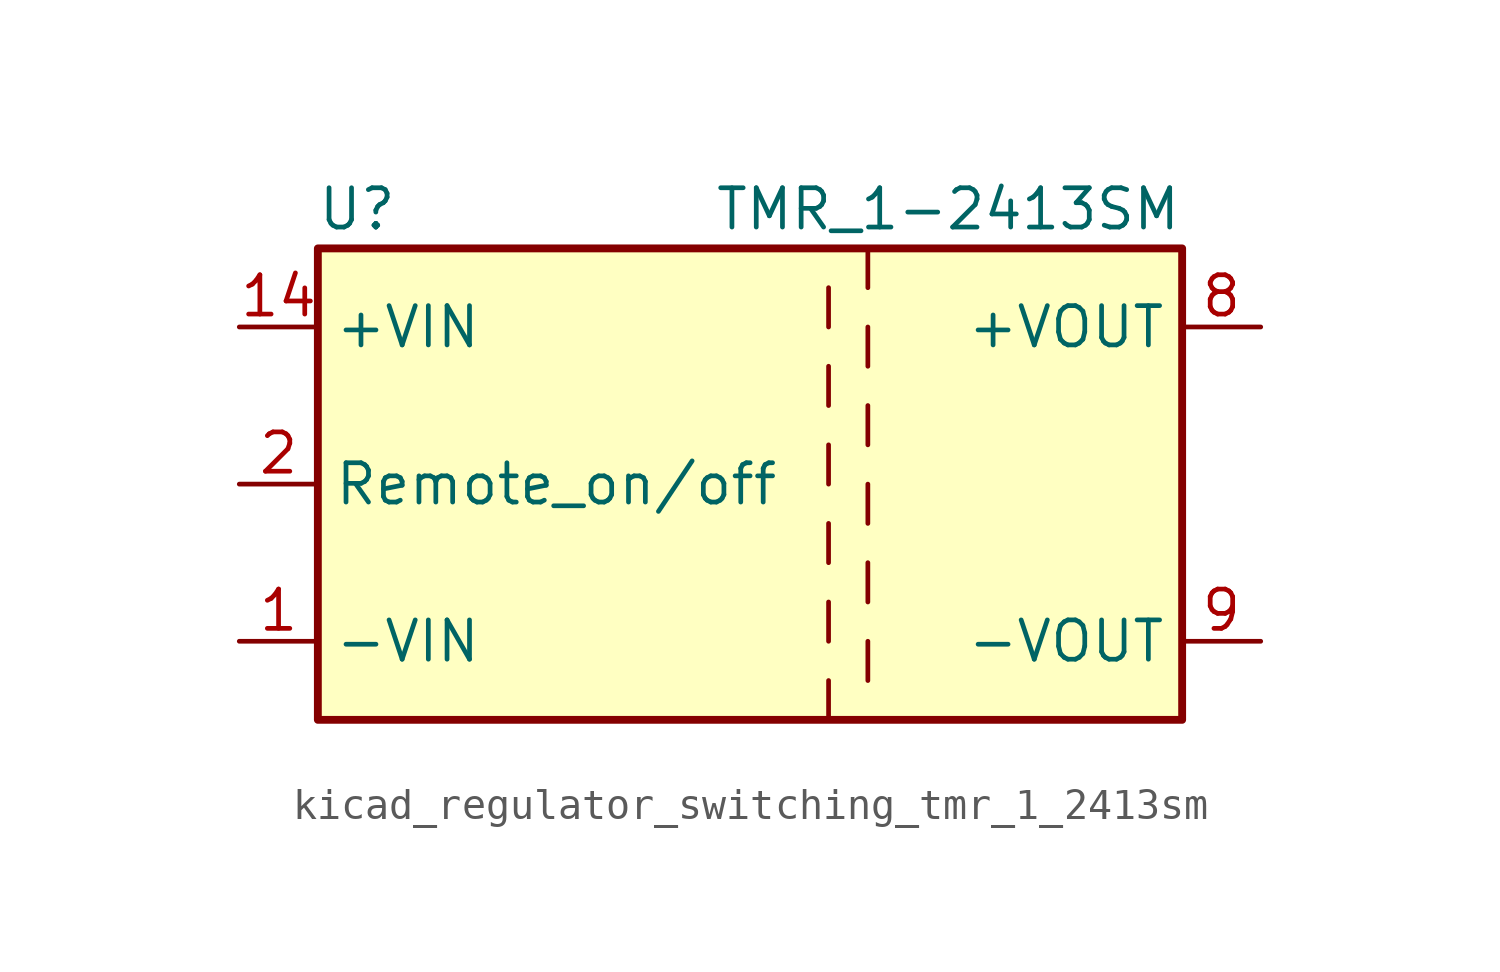
<source format=kicad_sym>
(kicad_symbol_lib
  (version 20220914)
  (generator kicad_symbol_editor)
  (symbol "kicad_regulator_switching_tmr_1_2413sm"
    (property "Reference" "U"
      (at -16.51 8.89 0)
      (effects (font (size 1.27 1.27))))
    (property "Value" "TMR_1-2413SM"
      (at 10.16 8.89 0)
      (effects (font (size 1.27 1.27)) (justify right)))
    (symbol "kicad_regulator_switching_tmr_1_2413sm_0_1"
      (rectangle (start -17.78 7.62) (end 10.16 -7.62) (stroke (width 0.254) (type default)) (fill (type background)))
      (polyline (pts (xy -1.27 -6.35) (xy -1.27 -7.62)) (stroke (width 0) (type default)) (fill (type none)))
      (polyline (pts (xy -1.27 -3.81) (xy -1.27 -5.08)) (stroke (width 0) (type default)) (fill (type none)))
      (polyline (pts (xy -1.27 -1.27) (xy -1.27 -2.54)) (stroke (width 0) (type default)) (fill (type none)))
      (polyline (pts (xy -1.27 1.27) (xy -1.27 0)) (stroke (width 0) (type default)) (fill (type none)))
      (polyline (pts (xy -1.27 3.81) (xy -1.27 2.54)) (stroke (width 0) (type default)) (fill (type none)))
      (polyline (pts (xy -1.27 6.35) (xy -1.27 5.08)) (stroke (width 0) (type default)) (fill (type none)))
      (polyline (pts (xy 0 -5.08) (xy 0 -6.35)) (stroke (width 0) (type default)) (fill (type none)))
      (polyline (pts (xy 0 -2.54) (xy 0 -3.81)) (stroke (width 0) (type default)) (fill (type none)))
      (polyline (pts (xy 0 0) (xy 0 -1.27)) (stroke (width 0) (type default)) (fill (type none)))
      (polyline (pts (xy 0 2.54) (xy 0 1.27)) (stroke (width 0) (type default)) (fill (type none)))
      (polyline (pts (xy 0 5.08) (xy 0 3.81)) (stroke (width 0) (type default)) (fill (type none)))
      (polyline (pts (xy 0 7.62) (xy 0 6.35)) (stroke (width 0) (type default)) (fill (type none))))
    (symbol "kicad_regulator_switching_tmr_1_2413sm_1_1"
      (pin power_in line (at -20.32 -5.08 0) (length 2.54) (name "-VIN" (effects (font (size 1.27 1.27)))) (number "1" (effects (font (size 1.27 1.27)))))
      (pin power_in line (at -20.32 5.08 0) (length 2.54) (name "+VIN" (effects (font (size 1.27 1.27)))) (number "14" (effects (font (size 1.27 1.27)))))
      (pin input line (at -20.32 0 0) (length 2.54) (name "Remote_on/off" (effects (font (size 1.27 1.27)))) (number "2" (effects (font (size 1.27 1.27)))))
      (pin no_connect line (at 10.16 2.54 180) (length 2.54) hide (name "NC" (effects (font (size 1.27 1.27)))) (number "6" (effects (font (size 1.27 1.27)))))
      (pin no_connect line (at 10.16 -2.54 180) (length 2.54) hide (name "NC" (effects (font (size 1.27 1.27)))) (number "7" (effects (font (size 1.27 1.27)))))
      (pin power_out line (at 12.7 5.08 180) (length 2.54) (name "+VOUT" (effects (font (size 1.27 1.27)))) (number "8" (effects (font (size 1.27 1.27)))))
      (pin power_out line (at 12.7 -5.08 180) (length 2.54) (name "-VOUT" (effects (font (size 1.27 1.27)))) (number "9" (effects (font (size 1.27 1.27))))))))
</source>
